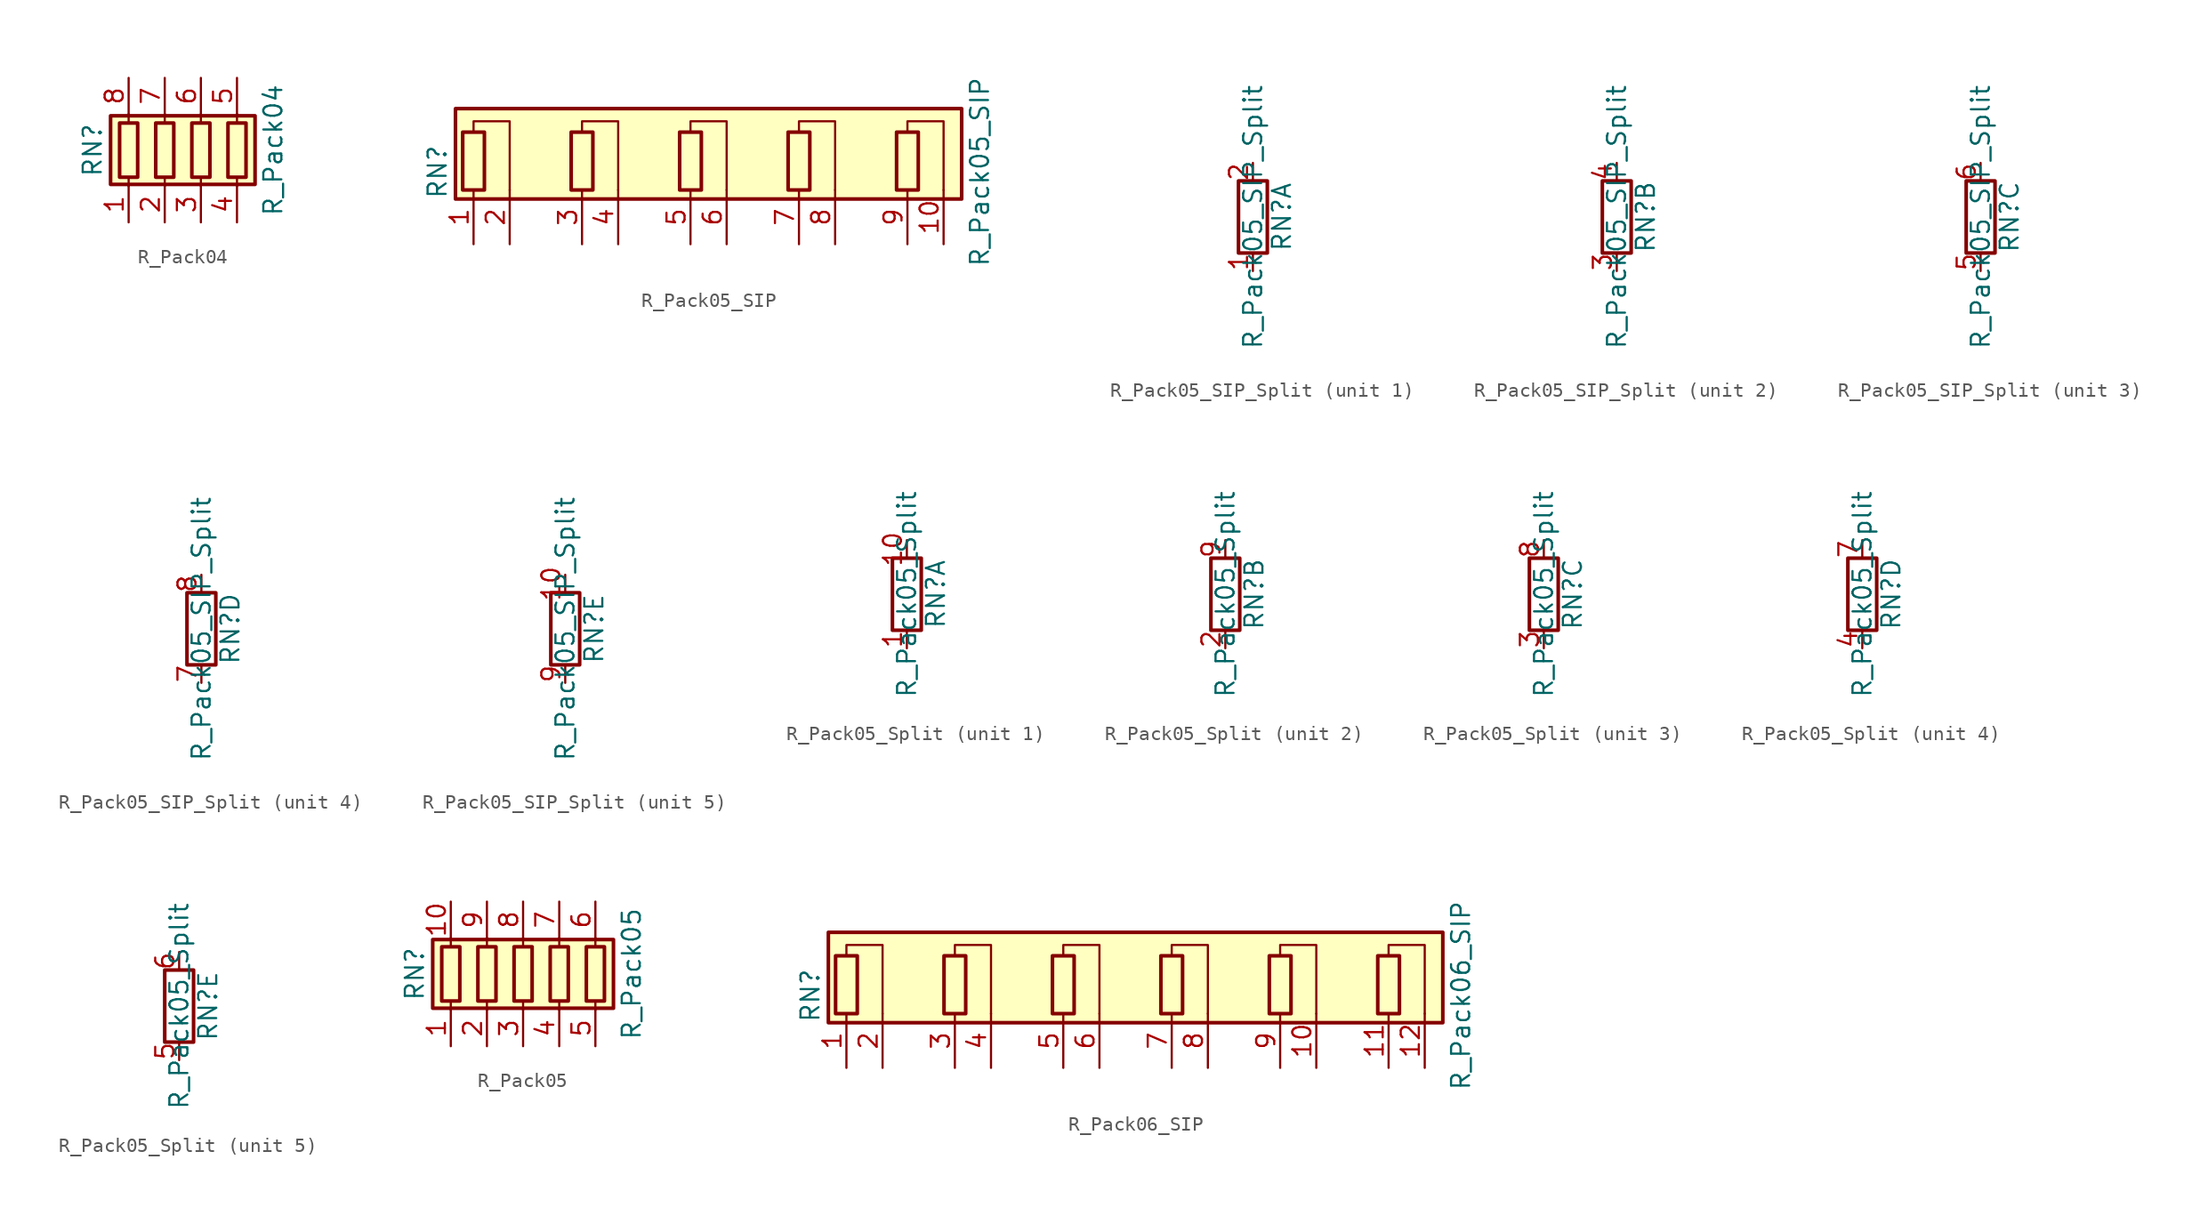
<source format=kicad_sym>
(kicad_symbol_lib
  (version 20241209)
  (generator "kicad_symbol_editor")
  (generator_version "9.0")
  (symbol "R_Pack04"
    (pin_names
      (offset 0)
      (hide yes))
    (property "Reference" "RN"
      (at -7.62 0 90)
      (effects (font (size 1.27 1.27))))
    (property "Value" "R_Pack04"
      (at 5.08 0 90)
      (effects (font (size 1.27 1.27))))
    (symbol "R_Pack04_0_1"
      (rectangle (start -6.35 -2.413) (end 3.81 2.413) (stroke (width 0.254) (type solid)) (fill (type background)))
      (rectangle (start -5.715 1.905) (end -4.445 -1.905) (stroke (width 0.254) (type solid)) (fill (type none)))
      (polyline (pts (xy -5.08 1.905) (xy -5.08 2.54)) (stroke (width 0) (type solid)) (fill (type none)))
      (polyline (pts (xy -5.08 -2.54) (xy -5.08 -1.905)) (stroke (width 0) (type solid)) (fill (type none)))
      (rectangle (start -3.175 1.905) (end -1.905 -1.905) (stroke (width 0.254) (type solid)) (fill (type none)))
      (polyline (pts (xy -2.54 1.905) (xy -2.54 2.54)) (stroke (width 0) (type solid)) (fill (type none)))
      (polyline (pts (xy -2.54 -2.54) (xy -2.54 -1.905)) (stroke (width 0) (type solid)) (fill (type none)))
      (rectangle (start -0.635 1.905) (end 0.635 -1.905) (stroke (width 0.254) (type solid)) (fill (type none)))
      (polyline (pts (xy 0 1.905) (xy 0 2.54)) (stroke (width 0) (type solid)) (fill (type none)))
      (polyline (pts (xy 0 -2.54) (xy 0 -1.905)) (stroke (width 0) (type solid)) (fill (type none)))
      (rectangle (start 1.905 1.905) (end 3.175 -1.905) (stroke (width 0.254) (type solid)) (fill (type none)))
      (polyline (pts (xy 2.54 1.905) (xy 2.54 2.54)) (stroke (width 0) (type solid)) (fill (type none)))
      (polyline (pts (xy 2.54 -2.54) (xy 2.54 -1.905)) (stroke (width 0) (type solid)) (fill (type none))))
    (symbol "R_Pack04_1_1"
      (pin passive line (at -5.08 5.08 270) (length 2.54) (name "R1.2" (effects (font (size 1.27 1.27)))) (number "8" (effects (font (size 1.27 1.27)))))
      (pin passive line (at -5.08 -5.08 90) (length 2.54) (name "R1.1" (effects (font (size 1.27 1.27)))) (number "1" (effects (font (size 1.27 1.27)))))
      (pin passive line (at -2.54 5.08 270) (length 2.54) (name "R2.2" (effects (font (size 1.27 1.27)))) (number "7" (effects (font (size 1.27 1.27)))))
      (pin passive line (at -2.54 -5.08 90) (length 2.54) (name "R2.1" (effects (font (size 1.27 1.27)))) (number "2" (effects (font (size 1.27 1.27)))))
      (pin passive line (at 0 5.08 270) (length 2.54) (name "R3.2" (effects (font (size 1.27 1.27)))) (number "6" (effects (font (size 1.27 1.27)))))
      (pin passive line (at 0 -5.08 90) (length 2.54) (name "R3.1" (effects (font (size 1.27 1.27)))) (number "3" (effects (font (size 1.27 1.27)))))
      (pin passive line (at 2.54 5.08 270) (length 2.54) (name "R4.2" (effects (font (size 1.27 1.27)))) (number "5" (effects (font (size 1.27 1.27)))))
      (pin passive line (at 2.54 -5.08 90) (length 2.54) (name "R4.1" (effects (font (size 1.27 1.27)))) (number "4" (effects (font (size 1.27 1.27)))))))
  (symbol "R_Pack05_SIP"
    (pin_names
      (offset 0)
      (hide yes))
    (property "Reference" "RN"
      (at -17.78 0 90)
      (effects (font (size 1.27 1.27))))
    (property "Value" "R_Pack05_SIP"
      (at 20.32 0 90)
      (effects (font (size 1.27 1.27))))
    (symbol "R_Pack05_SIP_0_1"
      (rectangle (start -16.51 -1.905) (end 19.05 4.445) (stroke (width 0.254) (type solid)) (fill (type background)))
      (rectangle (start -16.002 2.794) (end -14.478 -1.27) (stroke (width 0.254) (type solid)) (fill (type none)))
      (polyline (pts (xy -15.24 2.794) (xy -15.24 3.556) (xy -12.7 3.556) (xy -12.7 -1.27)) (stroke (width 0) (type solid)) (fill (type none)))
      (rectangle (start -8.382 2.794) (end -6.858 -1.27) (stroke (width 0.254) (type solid)) (fill (type none)))
      (polyline (pts (xy -7.62 2.794) (xy -7.62 3.556) (xy -5.08 3.556) (xy -5.08 -1.27)) (stroke (width 0) (type solid)) (fill (type none)))
      (rectangle (start -0.762 2.794) (end 0.762 -1.27) (stroke (width 0.254) (type solid)) (fill (type none)))
      (polyline (pts (xy 0 2.794) (xy 0 3.556) (xy 2.54 3.556) (xy 2.54 -1.27)) (stroke (width 0) (type solid)) (fill (type none)))
      (rectangle (start 6.858 2.794) (end 8.382 -1.27) (stroke (width 0.254) (type solid)) (fill (type none)))
      (polyline (pts (xy 7.62 2.794) (xy 7.62 3.556) (xy 10.16 3.556) (xy 10.16 -1.27)) (stroke (width 0) (type solid)) (fill (type none)))
      (rectangle (start 14.478 2.794) (end 16.002 -1.27) (stroke (width 0.254) (type solid)) (fill (type none)))
      (polyline (pts (xy 15.24 2.794) (xy 15.24 3.556) (xy 17.78 3.556) (xy 17.78 -1.27)) (stroke (width 0) (type solid)) (fill (type none))))
    (symbol "R_Pack05_SIP_1_1"
      (pin passive line (at -15.24 -5.08 90) (length 3.81) (name "R1.1" (effects (font (size 1.27 1.27)))) (number "1" (effects (font (size 1.27 1.27)))))
      (pin passive line (at -12.7 -5.08 90) (length 3.81) (name "R1.2" (effects (font (size 1.27 1.27)))) (number "2" (effects (font (size 1.27 1.27)))))
      (pin passive line (at -7.62 -5.08 90) (length 3.81) (name "R2.1" (effects (font (size 1.27 1.27)))) (number "3" (effects (font (size 1.27 1.27)))))
      (pin passive line (at -5.08 -5.08 90) (length 3.81) (name "R2.2" (effects (font (size 1.27 1.27)))) (number "4" (effects (font (size 1.27 1.27)))))
      (pin passive line (at 0 -5.08 90) (length 3.81) (name "R3.1" (effects (font (size 1.27 1.27)))) (number "5" (effects (font (size 1.27 1.27)))))
      (pin passive line (at 2.54 -5.08 90) (length 3.81) (name "R3.2" (effects (font (size 1.27 1.27)))) (number "6" (effects (font (size 1.27 1.27)))))
      (pin passive line (at 7.62 -5.08 90) (length 3.81) (name "R4.1" (effects (font (size 1.27 1.27)))) (number "7" (effects (font (size 1.27 1.27)))))
      (pin passive line (at 10.16 -5.08 90) (length 3.81) (name "R4.2" (effects (font (size 1.27 1.27)))) (number "8" (effects (font (size 1.27 1.27)))))
      (pin passive line (at 15.24 -5.08 90) (length 3.81) (name "R5.1" (effects (font (size 1.27 1.27)))) (number "9" (effects (font (size 1.27 1.27)))))
      (pin passive line (at 17.78 -5.08 90) (length 3.81) (name "R5.2" (effects (font (size 1.27 1.27)))) (number "10" (effects (font (size 1.27 1.27)))))))
  (symbol "R_Pack05_SIP_Split"
    (pin_names
      (offset 0)
      (hide yes))
    (property "Reference" "RN"
      (at 2.032 0 90)
      (effects (font (size 1.27 1.27))))
    (property "Value" "R_Pack05_SIP_Split"
      (at 0 0 90)
      (effects (font (size 1.27 1.27))))
    (symbol "R_Pack05_SIP_Split_0_1"
      (rectangle (start 1.016 2.54) (end -1.016 -2.54) (stroke (width 0.254) (type solid)) (fill (type none))))
    (symbol "R_Pack05_SIP_Split_1_1"
      (pin passive line (at 0 3.81 270) (length 1.27) (name "R1.2" (effects (font (size 1.27 1.27)))) (number "2" (effects (font (size 1.27 1.27)))))
      (pin passive line (at 0 -3.81 90) (length 1.27) (name "R1.1" (effects (font (size 1.27 1.27)))) (number "1" (effects (font (size 1.27 1.27))))))
    (symbol "R_Pack05_SIP_Split_2_1"
      (pin passive line (at 0 3.81 270) (length 1.27) (name "R2.2" (effects (font (size 1.27 1.27)))) (number "4" (effects (font (size 1.27 1.27)))))
      (pin passive line (at 0 -3.81 90) (length 1.27) (name "R2.1" (effects (font (size 1.27 1.27)))) (number "3" (effects (font (size 1.27 1.27))))))
    (symbol "R_Pack05_SIP_Split_3_1"
      (pin passive line (at 0 3.81 270) (length 1.27) (name "R3.2" (effects (font (size 1.27 1.27)))) (number "6" (effects (font (size 1.27 1.27)))))
      (pin passive line (at 0 -3.81 90) (length 1.27) (name "R3.1" (effects (font (size 1.27 1.27)))) (number "5" (effects (font (size 1.27 1.27))))))
    (symbol "R_Pack05_SIP_Split_4_1"
      (pin passive line (at 0 3.81 270) (length 1.27) (name "R4.2" (effects (font (size 1.27 1.27)))) (number "8" (effects (font (size 1.27 1.27)))))
      (pin passive line (at 0 -3.81 90) (length 1.27) (name "R4.1" (effects (font (size 1.27 1.27)))) (number "7" (effects (font (size 1.27 1.27))))))
    (symbol "R_Pack05_SIP_Split_5_1"
      (pin passive line (at 0 3.81 270) (length 1.27) (name "R5.2" (effects (font (size 1.27 1.27)))) (number "10" (effects (font (size 1.27 1.27)))))
      (pin passive line (at 0 -3.81 90) (length 1.27) (name "R5.1" (effects (font (size 1.27 1.27)))) (number "9" (effects (font (size 1.27 1.27)))))))
  (symbol "R_Pack05_Split"
    (pin_names
      (offset 0)
      (hide yes))
    (property "Reference" "RN"
      (at 2.032 0 90)
      (effects (font (size 1.27 1.27))))
    (property "Value" "R_Pack05_Split"
      (at 0 0 90)
      (effects (font (size 1.27 1.27))))
    (symbol "R_Pack05_Split_0_1"
      (rectangle (start 1.016 2.54) (end -1.016 -2.54) (stroke (width 0.254) (type solid)) (fill (type none))))
    (symbol "R_Pack05_Split_1_1"
      (pin passive line (at 0 3.81 270) (length 1.27) (name "R1.2" (effects (font (size 1.27 1.27)))) (number "10" (effects (font (size 1.27 1.27)))))
      (pin passive line (at 0 -3.81 90) (length 1.27) (name "R1.1" (effects (font (size 1.27 1.27)))) (number "1" (effects (font (size 1.27 1.27))))))
    (symbol "R_Pack05_Split_2_1"
      (pin passive line (at 0 3.81 270) (length 1.27) (name "R2.2" (effects (font (size 1.27 1.27)))) (number "9" (effects (font (size 1.27 1.27)))))
      (pin passive line (at 0 -3.81 90) (length 1.27) (name "R2.1" (effects (font (size 1.27 1.27)))) (number "2" (effects (font (size 1.27 1.27))))))
    (symbol "R_Pack05_Split_3_1"
      (pin passive line (at 0 3.81 270) (length 1.27) (name "R3.2" (effects (font (size 1.27 1.27)))) (number "8" (effects (font (size 1.27 1.27)))))
      (pin passive line (at 0 -3.81 90) (length 1.27) (name "R3.1" (effects (font (size 1.27 1.27)))) (number "3" (effects (font (size 1.27 1.27))))))
    (symbol "R_Pack05_Split_4_1"
      (pin passive line (at 0 3.81 270) (length 1.27) (name "R4.2" (effects (font (size 1.27 1.27)))) (number "7" (effects (font (size 1.27 1.27)))))
      (pin passive line (at 0 -3.81 90) (length 1.27) (name "R4.1" (effects (font (size 1.27 1.27)))) (number "4" (effects (font (size 1.27 1.27))))))
    (symbol "R_Pack05_Split_5_1"
      (pin passive line (at 0 3.81 270) (length 1.27) (name "R5.2" (effects (font (size 1.27 1.27)))) (number "6" (effects (font (size 1.27 1.27)))))
      (pin passive line (at 0 -3.81 90) (length 1.27) (name "R5.1" (effects (font (size 1.27 1.27)))) (number "5" (effects (font (size 1.27 1.27)))))))
  (symbol "R_Pack05"
    (pin_names
      (offset 0)
      (hide yes))
    (property "Reference" "RN"
      (at -7.62 0 90)
      (effects (font (size 1.27 1.27))))
    (property "Value" "R_Pack05"
      (at 7.62 0 90)
      (effects (font (size 1.27 1.27))))
    (symbol "R_Pack05_0_1"
      (rectangle (start -6.35 -2.413) (end 6.35 2.413) (stroke (width 0.254) (type solid)) (fill (type background)))
      (rectangle (start -5.715 1.905) (end -4.445 -1.905) (stroke (width 0.254) (type solid)) (fill (type none)))
      (polyline (pts (xy -5.08 1.905) (xy -5.08 2.54)) (stroke (width 0) (type solid)) (fill (type none)))
      (polyline (pts (xy -5.08 -2.54) (xy -5.08 -1.905)) (stroke (width 0) (type solid)) (fill (type none)))
      (rectangle (start -3.175 1.905) (end -1.905 -1.905) (stroke (width 0.254) (type solid)) (fill (type none)))
      (polyline (pts (xy -2.54 1.905) (xy -2.54 2.54)) (stroke (width 0) (type solid)) (fill (type none)))
      (polyline (pts (xy -2.54 -2.54) (xy -2.54 -1.905)) (stroke (width 0) (type solid)) (fill (type none)))
      (rectangle (start -0.635 1.905) (end 0.635 -1.905) (stroke (width 0.254) (type solid)) (fill (type none)))
      (polyline (pts (xy 0 1.905) (xy 0 2.54)) (stroke (width 0) (type solid)) (fill (type none)))
      (polyline (pts (xy 0 -2.54) (xy 0 -1.905)) (stroke (width 0) (type solid)) (fill (type none)))
      (rectangle (start 1.905 1.905) (end 3.175 -1.905) (stroke (width 0.254) (type solid)) (fill (type none)))
      (polyline (pts (xy 2.54 1.905) (xy 2.54 2.54)) (stroke (width 0) (type solid)) (fill (type none)))
      (polyline (pts (xy 2.54 -2.54) (xy 2.54 -1.905)) (stroke (width 0) (type solid)) (fill (type none)))
      (rectangle (start 4.445 1.905) (end 5.715 -1.905) (stroke (width 0.254) (type solid)) (fill (type none)))
      (polyline (pts (xy 5.08 1.905) (xy 5.08 2.54)) (stroke (width 0) (type solid)) (fill (type none)))
      (polyline (pts (xy 5.08 -2.54) (xy 5.08 -1.905)) (stroke (width 0) (type solid)) (fill (type none))))
    (symbol "R_Pack05_1_1"
      (pin passive line (at -5.08 5.08 270) (length 2.54) (name "R1.2" (effects (font (size 1.27 1.27)))) (number "10" (effects (font (size 1.27 1.27)))))
      (pin passive line (at -5.08 -5.08 90) (length 2.54) (name "R1.1" (effects (font (size 1.27 1.27)))) (number "1" (effects (font (size 1.27 1.27)))))
      (pin passive line (at -2.54 5.08 270) (length 2.54) (name "R2.2" (effects (font (size 1.27 1.27)))) (number "9" (effects (font (size 1.27 1.27)))))
      (pin passive line (at -2.54 -5.08 90) (length 2.54) (name "R2.1" (effects (font (size 1.27 1.27)))) (number "2" (effects (font (size 1.27 1.27)))))
      (pin passive line (at 0 5.08 270) (length 2.54) (name "R3.2" (effects (font (size 1.27 1.27)))) (number "8" (effects (font (size 1.27 1.27)))))
      (pin passive line (at 0 -5.08 90) (length 2.54) (name "R3.1" (effects (font (size 1.27 1.27)))) (number "3" (effects (font (size 1.27 1.27)))))
      (pin passive line (at 2.54 5.08 270) (length 2.54) (name "R4.2" (effects (font (size 1.27 1.27)))) (number "7" (effects (font (size 1.27 1.27)))))
      (pin passive line (at 2.54 -5.08 90) (length 2.54) (name "R4.1" (effects (font (size 1.27 1.27)))) (number "4" (effects (font (size 1.27 1.27)))))
      (pin passive line (at 5.08 5.08 270) (length 2.54) (name "R5.2" (effects (font (size 1.27 1.27)))) (number "6" (effects (font (size 1.27 1.27)))))
      (pin passive line (at 5.08 -5.08 90) (length 2.54) (name "R5.1" (effects (font (size 1.27 1.27)))) (number "5" (effects (font (size 1.27 1.27)))))))
  (symbol "R_Pack06_SIP"
    (pin_names
      (offset 0)
      (hide yes))
    (property "Reference" "RN"
      (at -22.86 0 90)
      (effects (font (size 1.27 1.27))))
    (property "Value" "R_Pack06_SIP"
      (at 22.86 0 90)
      (effects (font (size 1.27 1.27))))
    (symbol "R_Pack06_SIP_0_1"
      (rectangle (start -21.59 -1.905) (end 21.59 4.445) (stroke (width 0.254) (type solid)) (fill (type background)))
      (rectangle (start -21.082 2.794) (end -19.558 -1.27) (stroke (width 0.254) (type solid)) (fill (type none)))
      (polyline (pts (xy -20.32 2.794) (xy -20.32 3.556) (xy -17.78 3.556) (xy -17.78 -1.27)) (stroke (width 0) (type solid)) (fill (type none)))
      (rectangle (start -13.462 2.794) (end -11.938 -1.27) (stroke (width 0.254) (type solid)) (fill (type none)))
      (polyline (pts (xy -12.7 2.794) (xy -12.7 3.556) (xy -10.16 3.556) (xy -10.16 -1.27)) (stroke (width 0) (type solid)) (fill (type none)))
      (rectangle (start -5.842 2.794) (end -4.318 -1.27) (stroke (width 0.254) (type solid)) (fill (type none)))
      (polyline (pts (xy -5.08 2.794) (xy -5.08 3.556) (xy -2.54 3.556) (xy -2.54 -1.27)) (stroke (width 0) (type solid)) (fill (type none)))
      (rectangle (start 1.778 2.794) (end 3.302 -1.27) (stroke (width 0.254) (type solid)) (fill (type none)))
      (polyline (pts (xy 2.54 2.794) (xy 2.54 3.556) (xy 5.08 3.556) (xy 5.08 -1.27)) (stroke (width 0) (type solid)) (fill (type none)))
      (rectangle (start 9.398 2.794) (end 10.922 -1.27) (stroke (width 0.254) (type solid)) (fill (type none)))
      (polyline (pts (xy 10.16 2.794) (xy 10.16 3.556) (xy 12.7 3.556) (xy 12.7 -1.27)) (stroke (width 0) (type solid)) (fill (type none)))
      (rectangle (start 17.018 2.794) (end 18.542 -1.27) (stroke (width 0.254) (type solid)) (fill (type none)))
      (polyline (pts (xy 17.78 2.794) (xy 17.78 3.556) (xy 20.32 3.556) (xy 20.32 -1.27)) (stroke (width 0) (type solid)) (fill (type none))))
    (symbol "R_Pack06_SIP_1_1"
      (pin passive line (at -20.32 -5.08 90) (length 3.81) (name "R1.1" (effects (font (size 1.27 1.27)))) (number "1" (effects (font (size 1.27 1.27)))))
      (pin passive line (at -17.78 -5.08 90) (length 3.81) (name "R1.2" (effects (font (size 1.27 1.27)))) (number "2" (effects (font (size 1.27 1.27)))))
      (pin passive line (at -12.7 -5.08 90) (length 3.81) (name "R2.1" (effects (font (size 1.27 1.27)))) (number "3" (effects (font (size 1.27 1.27)))))
      (pin passive line (at -10.16 -5.08 90) (length 3.81) (name "R2.2" (effects (font (size 1.27 1.27)))) (number "4" (effects (font (size 1.27 1.27)))))
      (pin passive line (at -5.08 -5.08 90) (length 3.81) (name "R3.1" (effects (font (size 1.27 1.27)))) (number "5" (effects (font (size 1.27 1.27)))))
      (pin passive line (at -2.54 -5.08 90) (length 3.81) (name "R3.2" (effects (font (size 1.27 1.27)))) (number "6" (effects (font (size 1.27 1.27)))))
      (pin passive line (at 2.54 -5.08 90) (length 3.81) (name "R4.1" (effects (font (size 1.27 1.27)))) (number "7" (effects (font (size 1.27 1.27)))))
      (pin passive line (at 5.08 -5.08 90) (length 3.81) (name "R4.2" (effects (font (size 1.27 1.27)))) (number "8" (effects (font (size 1.27 1.27)))))
      (pin passive line (at 10.16 -5.08 90) (length 3.81) (name "R5.1" (effects (font (size 1.27 1.27)))) (number "9" (effects (font (size 1.27 1.27)))))
      (pin passive line (at 12.7 -5.08 90) (length 3.81) (name "R5.2" (effects (font (size 1.27 1.27)))) (number "10" (effects (font (size 1.27 1.27)))))
      (pin passive line (at 17.78 -5.08 90) (length 3.81) (name "R6.1" (effects (font (size 1.27 1.27)))) (number "11" (effects (font (size 1.27 1.27)))))
      (pin passive line (at 20.32 -5.08 90) (length 3.81) (name "R6.2" (effects (font (size 1.27 1.27)))) (number "12" (effects (font (size 1.27 1.27))))))))
</source>
